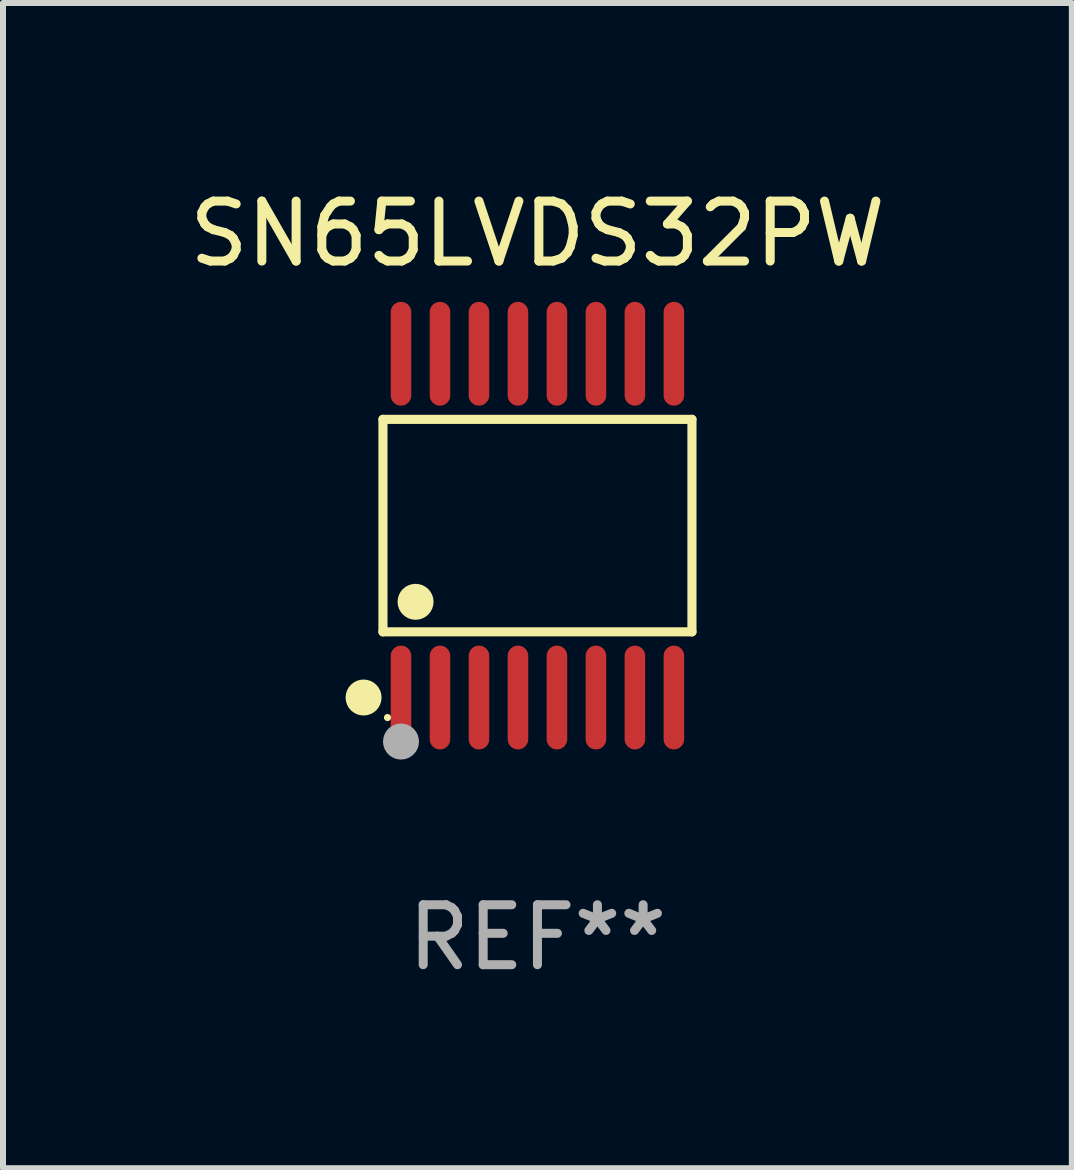
<source format=kicad_pcb>
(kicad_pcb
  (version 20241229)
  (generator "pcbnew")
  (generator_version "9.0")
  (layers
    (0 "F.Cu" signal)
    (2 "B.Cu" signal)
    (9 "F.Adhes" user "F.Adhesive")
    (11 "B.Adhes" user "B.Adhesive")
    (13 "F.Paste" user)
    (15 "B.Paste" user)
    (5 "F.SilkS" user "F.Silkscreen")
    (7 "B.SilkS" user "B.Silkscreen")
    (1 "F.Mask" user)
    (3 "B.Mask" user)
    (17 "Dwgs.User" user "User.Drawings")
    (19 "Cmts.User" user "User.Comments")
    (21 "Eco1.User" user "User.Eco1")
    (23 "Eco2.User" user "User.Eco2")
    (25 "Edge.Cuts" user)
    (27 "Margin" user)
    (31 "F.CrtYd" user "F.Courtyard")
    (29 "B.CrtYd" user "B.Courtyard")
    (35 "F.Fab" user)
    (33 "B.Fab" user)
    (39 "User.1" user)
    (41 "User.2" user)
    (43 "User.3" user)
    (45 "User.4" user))
  (footprint "SN65LVDS32PW"
    (layer "F.Cu")
    (at 5.911 5.714)
    (property "Reference" "SN65LVDS32PW" (at 0 -4.866 0) (layer "F.SilkS") (effects (font (size 1 1) (thickness 0.15))))
    (attr through_hole)
    (fp_line (start -2.576 -1.772) (end 2.576 -1.772) (stroke (width 0.152) (type solid)) (layer "F.SilkS"))
    (fp_line (start -2.576 1.771) (end -2.576 -1.772) (stroke (width 0.152) (type solid)) (layer "F.SilkS"))
    (fp_line (start 2.576 -1.772) (end 2.576 1.771) (stroke (width 0.152) (type solid)) (layer "F.SilkS"))
    (fp_line (start 2.576 1.771) (end -2.576 1.771) (stroke (width 0.152) (type solid)) (layer "F.SilkS"))
    (fp_circle (center -2.899 2.866) (end -2.749 2.866) (stroke (width 0.3) (type solid)) (fill no) (layer "F.SilkS"))
    (fp_circle (center -2.5 3.2) (end -2.47 3.2) (stroke (width 0.06) (type solid)) (fill no) (layer "F.SilkS"))
    (fp_circle (center -2.032 1.27) (end -1.882 1.27) (stroke (width 0.3) (type solid)) (fill no) (layer "F.SilkS"))
    (fp_circle (center -2.275 3.6) (end -2.125 3.6) (stroke (width 0.3) (type solid)) (fill no) (layer "F.Fab"))
    (fp_text user "REF**" (at 0 6.866 0) (layer "F.Fab") (effects (font (size 1 1) (thickness 0.15))))
    (pad "1" smd oval (at -2.275 2.866) (size 0.343 1.731) (layers "F.Cu" "F.Mask" "F.Paste"))
    (pad "2" smd oval (at -1.625 2.866) (size 0.343 1.731) (layers "F.Cu" "F.Mask" "F.Paste"))
    (pad "3" smd oval (at -0.975 2.866) (size 0.343 1.731) (layers "F.Cu" "F.Mask" "F.Paste"))
    (pad "4" smd oval (at -0.325 2.866) (size 0.343 1.731) (layers "F.Cu" "F.Mask" "F.Paste"))
    (pad "5" smd oval (at 0.325 2.866) (size 0.343 1.731) (layers "F.Cu" "F.Mask" "F.Paste"))
    (pad "6" smd oval (at 0.975 2.866) (size 0.343 1.731) (layers "F.Cu" "F.Mask" "F.Paste"))
    (pad "7" smd oval (at 1.625 2.866) (size 0.343 1.731) (layers "F.Cu" "F.Mask" "F.Paste"))
    (pad "8" smd oval (at 2.275 2.866) (size 0.343 1.731) (layers "F.Cu" "F.Mask" "F.Paste"))
    (pad "9" smd oval (at 2.275 -2.866) (size 0.343 1.731) (layers "F.Cu" "F.Mask" "F.Paste"))
    (pad "10" smd oval (at 1.625 -2.866) (size 0.343 1.731) (layers "F.Cu" "F.Mask" "F.Paste"))
    (pad "11" smd oval (at 0.975 -2.866) (size 0.343 1.731) (layers "F.Cu" "F.Mask" "F.Paste"))
    (pad "12" smd oval (at 0.325 -2.866) (size 0.343 1.731) (layers "F.Cu" "F.Mask" "F.Paste"))
    (pad "13" smd oval (at -0.325 -2.866) (size 0.343 1.731) (layers "F.Cu" "F.Mask" "F.Paste"))
    (pad "14" smd oval (at -0.975 -2.866) (size 0.343 1.731) (layers "F.Cu" "F.Mask" "F.Paste"))
    (pad "15" smd oval (at -1.625 -2.866) (size 0.343 1.731) (layers "F.Cu" "F.Mask" "F.Paste"))
    (pad "16" smd oval (at -2.275 -2.866) (size 0.343 1.731) (layers "F.Cu" "F.Mask" "F.Paste")))
  (gr_rect
    (start -3 -3)
    (end 14.821 16.428)
    (stroke (width 0.1) (type default))
    (fill no)
    (layer "Edge.Cuts")))
</source>
